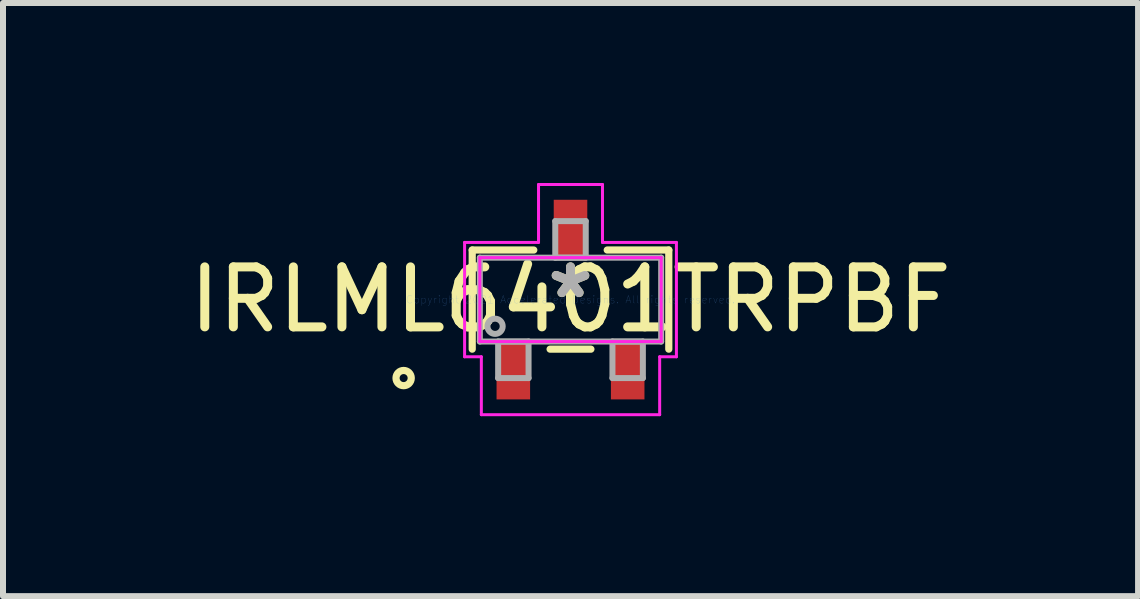
<source format=kicad_pcb>
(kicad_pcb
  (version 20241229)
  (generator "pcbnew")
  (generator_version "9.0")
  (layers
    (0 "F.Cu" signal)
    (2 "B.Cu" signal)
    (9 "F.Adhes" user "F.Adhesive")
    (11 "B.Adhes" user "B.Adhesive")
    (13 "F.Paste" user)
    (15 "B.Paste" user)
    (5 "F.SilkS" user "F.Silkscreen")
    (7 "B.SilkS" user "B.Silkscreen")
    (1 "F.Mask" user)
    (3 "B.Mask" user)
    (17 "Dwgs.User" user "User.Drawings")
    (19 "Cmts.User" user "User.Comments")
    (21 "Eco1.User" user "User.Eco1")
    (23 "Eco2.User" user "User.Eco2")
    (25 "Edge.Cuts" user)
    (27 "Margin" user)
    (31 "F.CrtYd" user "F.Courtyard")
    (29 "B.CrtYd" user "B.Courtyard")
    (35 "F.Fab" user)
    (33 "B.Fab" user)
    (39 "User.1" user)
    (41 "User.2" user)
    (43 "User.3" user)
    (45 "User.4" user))
  (footprint "IRLML6401TRPBF"
    (layer "F.Cu")
    (at 6.458 1.943)
    (property "Reference" "IRLML6401TRPBF" (at 0 0 0) (layer "F.SilkS") (effects (font (size 1 1) (thickness 0.15))))
    (attr through_hole)
    (fp_line (start -1.638 -0.826) (end -1.638 0.826) (stroke (width 0.12) (type solid)) (layer "F.SilkS"))
    (fp_line (start -0.612 -0.826) (end -1.638 -0.826) (stroke (width 0.12) (type solid)) (layer "F.SilkS"))
    (fp_line (start -0.34 0.826) (end 0.34 0.826) (stroke (width 0.12) (type solid)) (layer "F.SilkS"))
    (fp_line (start 1.638 -0.826) (end 0.612 -0.826) (stroke (width 0.12) (type solid)) (layer "F.SilkS"))
    (fp_line (start 1.638 0.826) (end 1.638 -0.826) (stroke (width 0.12) (type solid)) (layer "F.SilkS"))
    (fp_circle (center -2.781 1.308) (end -2.654 1.308) (stroke (width 0.12) (type solid)) (fill no) (layer "F.SilkS"))
    (fp_line (start -1.765 -0.953) (end -0.533 -0.953) (stroke (width 0.05) (type solid)) (layer "F.CrtYd"))
    (fp_line (start -1.765 0.953) (end -1.765 -0.953) (stroke (width 0.05) (type solid)) (layer "F.CrtYd"))
    (fp_line (start -1.511 -0.699) (end 1.511 -0.699) (stroke (width 0.05) (type solid)) (layer "F.CrtYd"))
    (fp_line (start -1.511 0.699) (end -1.511 -0.699) (stroke (width 0.05) (type solid)) (layer "F.CrtYd"))
    (fp_line (start -1.486 0.953) (end -1.765 0.953) (stroke (width 0.05) (type solid)) (layer "F.CrtYd"))
    (fp_line (start -1.486 1.918) (end -1.486 0.953) (stroke (width 0.05) (type solid)) (layer "F.CrtYd"))
    (fp_line (start -0.533 -1.918) (end 0.533 -1.918) (stroke (width 0.05) (type solid)) (layer "F.CrtYd"))
    (fp_line (start -0.533 -0.953) (end -0.533 -1.918) (stroke (width 0.05) (type solid)) (layer "F.CrtYd"))
    (fp_line (start 0.533 -1.918) (end 0.533 -0.953) (stroke (width 0.05) (type solid)) (layer "F.CrtYd"))
    (fp_line (start 0.533 -0.953) (end 1.765 -0.953) (stroke (width 0.05) (type solid)) (layer "F.CrtYd"))
    (fp_line (start 1.486 0.953) (end 1.486 1.918) (stroke (width 0.05) (type solid)) (layer "F.CrtYd"))
    (fp_line (start 1.486 1.918) (end -1.486 1.918) (stroke (width 0.05) (type solid)) (layer "F.CrtYd"))
    (fp_line (start 1.511 -0.699) (end 1.511 0.699) (stroke (width 0.05) (type solid)) (layer "F.CrtYd"))
    (fp_line (start 1.511 0.699) (end -1.511 0.699) (stroke (width 0.05) (type solid)) (layer "F.CrtYd"))
    (fp_line (start 1.765 -0.953) (end 1.765 0.953) (stroke (width 0.05) (type solid)) (layer "F.CrtYd"))
    (fp_line (start 1.765 0.953) (end 1.486 0.953) (stroke (width 0.05) (type solid)) (layer "F.CrtYd"))
    (fp_line (start -1.511 -0.699) (end -1.511 0.699) (stroke (width 0.1) (type solid)) (layer "F.Fab"))
    (fp_line (start -1.511 0.699) (end 1.511 0.699) (stroke (width 0.1) (type solid)) (layer "F.Fab"))
    (fp_line (start -1.206 0.699) (end -1.206 1.308) (stroke (width 0.1) (type solid)) (layer "F.Fab"))
    (fp_line (start -1.206 1.308) (end -0.699 1.308) (stroke (width 0.1) (type solid)) (layer "F.Fab"))
    (fp_line (start -0.699 0.699) (end -1.206 0.699) (stroke (width 0.1) (type solid)) (layer "F.Fab"))
    (fp_line (start -0.699 1.308) (end -0.699 0.699) (stroke (width 0.1) (type solid)) (layer "F.Fab"))
    (fp_line (start -0.254 -1.308) (end -0.254 -0.699) (stroke (width 0.1) (type solid)) (layer "F.Fab"))
    (fp_line (start -0.254 -0.699) (end 0.254 -0.699) (stroke (width 0.1) (type solid)) (layer "F.Fab"))
    (fp_line (start 0.254 -1.308) (end -0.254 -1.308) (stroke (width 0.1) (type solid)) (layer "F.Fab"))
    (fp_line (start 0.254 -0.699) (end 0.254 -1.308) (stroke (width 0.1) (type solid)) (layer "F.Fab"))
    (fp_line (start 0.699 0.699) (end 0.699 1.308) (stroke (width 0.1) (type solid)) (layer "F.Fab"))
    (fp_line (start 0.699 1.308) (end 1.206 1.308) (stroke (width 0.1) (type solid)) (layer "F.Fab"))
    (fp_line (start 1.206 0.699) (end 0.699 0.699) (stroke (width 0.1) (type solid)) (layer "F.Fab"))
    (fp_line (start 1.206 1.308) (end 1.206 0.699) (stroke (width 0.1) (type solid)) (layer "F.Fab"))
    (fp_line (start 1.511 -0.699) (end -1.511 -0.699) (stroke (width 0.1) (type solid)) (layer "F.Fab"))
    (fp_line (start 1.511 0.699) (end 1.511 -0.699) (stroke (width 0.1) (type solid)) (layer "F.Fab"))
    (fp_circle (center -1.257 0.445) (end -1.13 0.445) (stroke (width 0.1) (type solid)) (fill no) (layer "F.Fab"))
    (fp_text user "*" (at 0 0 0) (layer "F.SilkS") (effects (font (size 1 1) (thickness 0.15))))
    (fp_text user "Copyright 2021 Accelerated Designs. All rights reserved." (at 0 0 0) (layer "Cmts.User") (effects (font (size 0.127 0.127) (thickness 0.002))))
    (fp_text user "*" (at 0 0 0) (layer "F.Fab") (effects (font (size 1 1) (thickness 0.15))))
    (pad "1" smd rect (at -0.953 1.181) (size 0.559 0.965) (layers "F.Cu" "F.Mask" "F.Paste"))
    (pad "2" smd rect (at 0.953 1.181) (size 0.559 0.965) (layers "F.Cu" "F.Mask" "F.Paste"))
    (pad "3" smd rect (at 0 -1.181) (size 0.559 0.965) (layers "F.Cu" "F.Mask" "F.Paste")))
  (gr_rect
    (start -3 -3)
    (end 15.917 6.885)
    (stroke (width 0.1) (type default))
    (fill no)
    (layer "Edge.Cuts")))
</source>
